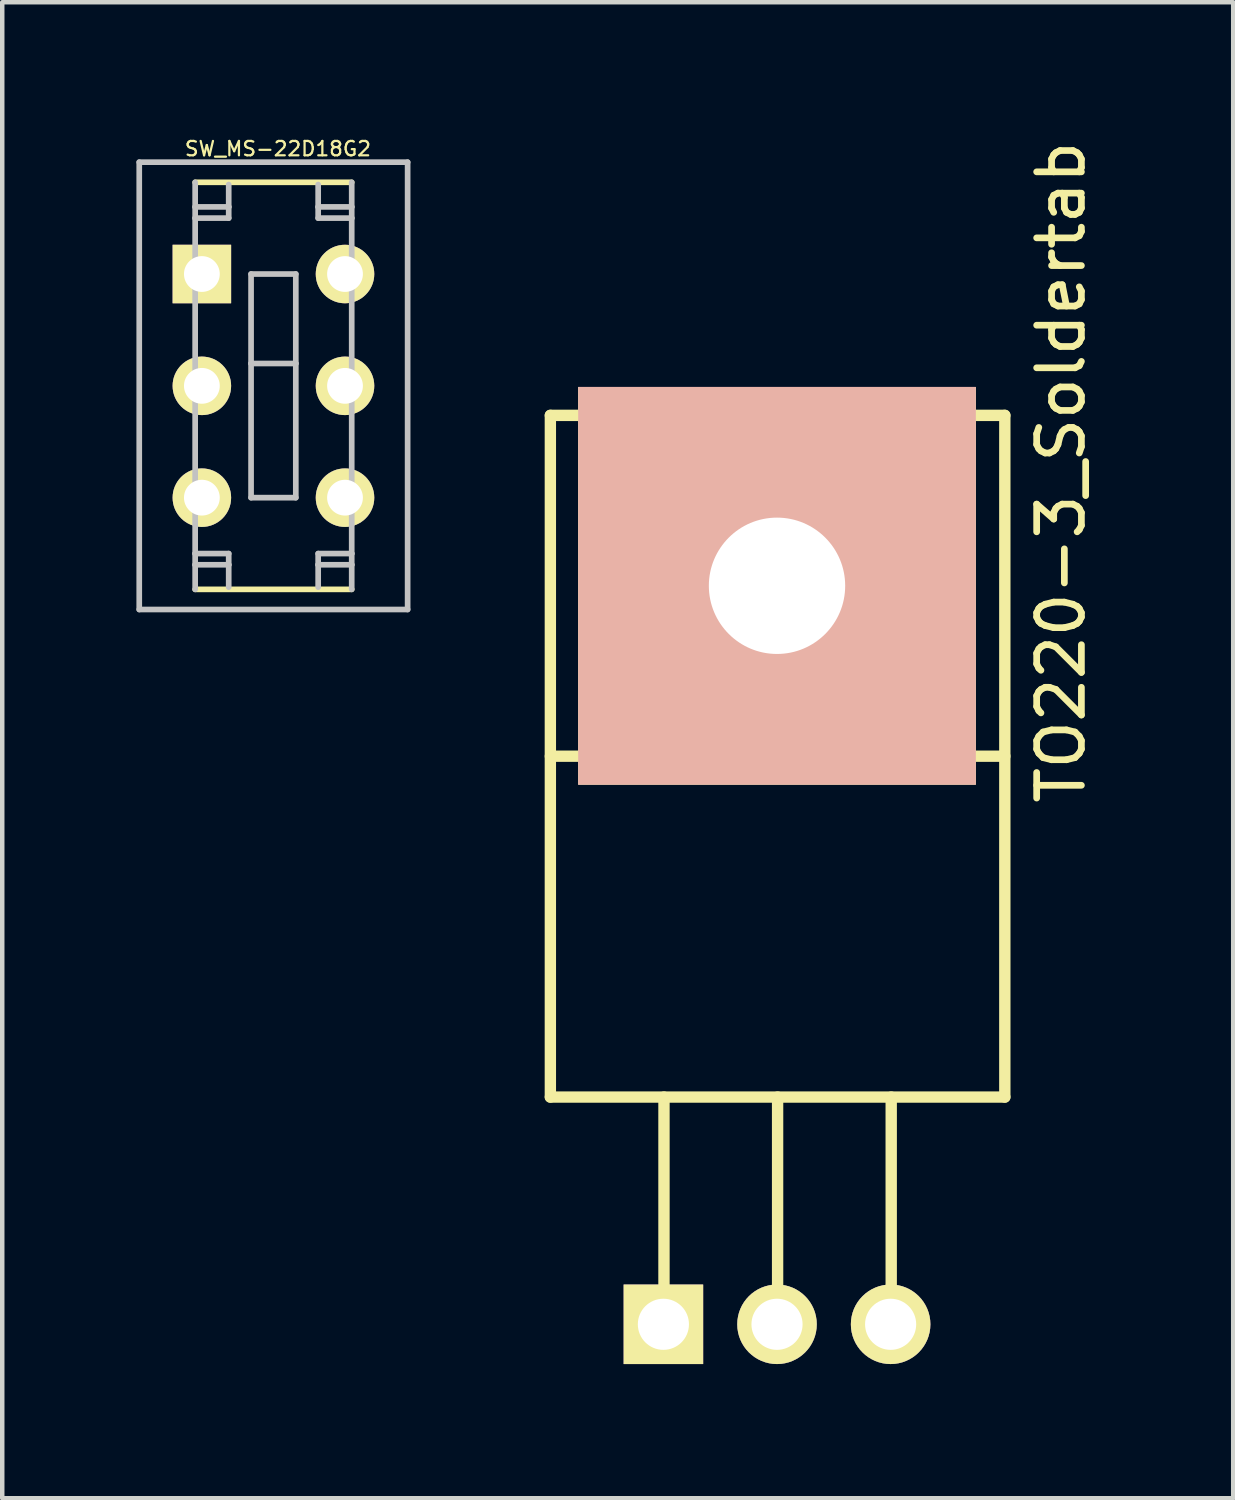
<source format=kicad_pcb>
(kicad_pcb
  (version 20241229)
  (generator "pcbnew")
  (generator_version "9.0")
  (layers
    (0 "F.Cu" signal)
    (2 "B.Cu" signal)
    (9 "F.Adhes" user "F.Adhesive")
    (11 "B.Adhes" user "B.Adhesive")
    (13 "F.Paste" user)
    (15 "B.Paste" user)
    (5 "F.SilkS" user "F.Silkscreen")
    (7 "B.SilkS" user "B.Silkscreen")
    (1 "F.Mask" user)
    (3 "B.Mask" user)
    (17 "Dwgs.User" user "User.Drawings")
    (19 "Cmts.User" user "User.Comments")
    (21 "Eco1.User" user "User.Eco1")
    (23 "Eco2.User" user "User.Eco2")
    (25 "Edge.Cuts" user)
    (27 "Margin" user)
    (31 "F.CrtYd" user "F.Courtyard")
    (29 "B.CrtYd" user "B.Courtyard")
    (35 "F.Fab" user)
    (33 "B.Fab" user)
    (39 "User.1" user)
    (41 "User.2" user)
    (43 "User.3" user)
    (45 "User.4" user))
  (footprint "SW_MS-22D18G2"
    (layer "F.Cu")
    (at 3.063 5.576)
    (property "Reference" "SW_MS-22D18G2" (at 0.1 -5.3 0) (layer "F.SilkS") (effects (font (size 0.321 0.321) (thickness 0.05))))
    (attr through_hole)
    (fp_line (start -1.75 4.55) (end 1.75 4.55) (stroke (width 0.127) (type solid)) (layer "F.SilkS"))
    (fp_line (start 1.75 -4.55) (end -1.75 -4.55) (stroke (width 0.127) (type solid)) (layer "F.SilkS"))
    (fp_line (start -3 -5) (end 3 -5) (stroke (width 0.127) (type solid)) (layer "Dwgs.User"))
    (fp_line (start -3 5) (end -3 -5) (stroke (width 0.127) (type solid)) (layer "Dwgs.User"))
    (fp_line (start -1.75 -4.55) (end -1.75 -4) (stroke (width 0.127) (type solid)) (layer "Dwgs.User"))
    (fp_line (start -1.75 -4) (end -1.75 -3.75) (stroke (width 0.127) (type solid)) (layer "Dwgs.User"))
    (fp_line (start -1.75 -4) (end -1 -4) (stroke (width 0.127) (type solid)) (layer "Dwgs.User"))
    (fp_line (start -1.75 -3.75) (end -1.75 3.75) (stroke (width 0.127) (type solid)) (layer "Dwgs.User"))
    (fp_line (start -1.75 -3.75) (end -1 -3.75) (stroke (width 0.127) (type solid)) (layer "Dwgs.User"))
    (fp_line (start -1.75 3.75) (end -1.75 4) (stroke (width 0.127) (type solid)) (layer "Dwgs.User"))
    (fp_line (start -1.75 3.75) (end -1 3.75) (stroke (width 0.127) (type solid)) (layer "Dwgs.User"))
    (fp_line (start -1.75 4) (end -1.75 4.55) (stroke (width 0.127) (type solid)) (layer "Dwgs.User"))
    (fp_line (start -1.75 4) (end -1 4) (stroke (width 0.127) (type solid)) (layer "Dwgs.User"))
    (fp_line (start -1 -4) (end -1 -4.5) (stroke (width 0.127) (type solid)) (layer "Dwgs.User"))
    (fp_line (start -1 -3.75) (end -1 -4) (stroke (width 0.127) (type solid)) (layer "Dwgs.User"))
    (fp_line (start -1 3.75) (end -1 4) (stroke (width 0.127) (type solid)) (layer "Dwgs.User"))
    (fp_line (start -1 4) (end -1 4.5) (stroke (width 0.127) (type solid)) (layer "Dwgs.User"))
    (fp_line (start -0.5 -2.5) (end 0.5 -2.5) (stroke (width 0.127) (type solid)) (layer "Dwgs.User"))
    (fp_line (start -0.5 -0.5) (end -0.5 -2.5) (stroke (width 0.127) (type solid)) (layer "Dwgs.User"))
    (fp_line (start -0.5 -0.5) (end 0.5 -0.5) (stroke (width 0.127) (type solid)) (layer "Dwgs.User"))
    (fp_line (start -0.5 2.5) (end -0.5 -0.5) (stroke (width 0.127) (type solid)) (layer "Dwgs.User"))
    (fp_line (start 0.5 -2.5) (end 0.5 -0.5) (stroke (width 0.127) (type solid)) (layer "Dwgs.User"))
    (fp_line (start 0.5 -0.5) (end 0.5 2.5) (stroke (width 0.127) (type solid)) (layer "Dwgs.User"))
    (fp_line (start 0.5 2.5) (end -0.5 2.5) (stroke (width 0.127) (type solid)) (layer "Dwgs.User"))
    (fp_line (start 1 -4.5) (end 1 -4) (stroke (width 0.127) (type solid)) (layer "Dwgs.User"))
    (fp_line (start 1 -4) (end 1 -3.75) (stroke (width 0.127) (type solid)) (layer "Dwgs.User"))
    (fp_line (start 1 -4) (end 1.75 -4) (stroke (width 0.127) (type solid)) (layer "Dwgs.User"))
    (fp_line (start 1 -3.75) (end 1.75 -3.75) (stroke (width 0.127) (type solid)) (layer "Dwgs.User"))
    (fp_line (start 1 3.75) (end 1 4) (stroke (width 0.127) (type solid)) (layer "Dwgs.User"))
    (fp_line (start 1 4) (end 1 4.5) (stroke (width 0.127) (type solid)) (layer "Dwgs.User"))
    (fp_line (start 1 4) (end 1.75 4) (stroke (width 0.127) (type solid)) (layer "Dwgs.User"))
    (fp_line (start 1.75 -4) (end 1.75 -4.55) (stroke (width 0.127) (type solid)) (layer "Dwgs.User"))
    (fp_line (start 1.75 -3.75) (end 1.75 -4) (stroke (width 0.127) (type solid)) (layer "Dwgs.User"))
    (fp_line (start 1.75 3.75) (end 1 3.75) (stroke (width 0.127) (type solid)) (layer "Dwgs.User"))
    (fp_line (start 1.75 3.75) (end 1.75 -3.75) (stroke (width 0.127) (type solid)) (layer "Dwgs.User"))
    (fp_line (start 1.75 4) (end 1.75 3.75) (stroke (width 0.127) (type solid)) (layer "Dwgs.User"))
    (fp_line (start 1.75 4.55) (end 1.75 4) (stroke (width 0.127) (type solid)) (layer "Dwgs.User"))
    (fp_line (start 3 -5) (end 3 5) (stroke (width 0.127) (type solid)) (layer "Dwgs.User"))
    (fp_line (start 3 5) (end -3 5) (stroke (width 0.127) (type solid)) (layer "Dwgs.User"))
    (pad "1" thru_hole rect (at -1.6 -2.5) (size 1.308 1.308) (drill 0.8) (layers "*.Cu" "*.Mask" "F.SilkS"))
    (pad "2" thru_hole circle (at -1.6 0) (size 1.308 1.308) (drill 0.8) (layers "*.Cu" "*.Mask" "F.SilkS"))
    (pad "3" thru_hole circle (at -1.6 2.5) (size 1.308 1.308) (drill 0.8) (layers "*.Cu" "*.Mask" "F.SilkS"))
    (pad "4" thru_hole circle (at 1.6 -2.5) (size 1.308 1.308) (drill 0.8) (layers "*.Cu" "*.Mask" "F.SilkS"))
    (pad "5" thru_hole circle (at 1.6 0) (size 1.308 1.308) (drill 0.8) (layers "*.Cu" "*.Mask" "F.SilkS"))
    (pad "6" thru_hole circle (at 1.6 2.5) (size 1.308 1.308) (drill 0.8) (layers "*.Cu" "*.Mask" "F.SilkS")))
  (footprint "TO220-3_Soldertab"
    (layer "F.Cu")
    (at 14.321 26.556)
    (property "Reference" "TO220-3_Soldertab" (at 6.35 -19.05 90) (layer "F.SilkS") (effects (font (size 1 1) (thickness 0.15))))
    (attr through_hole)
    (fp_line (start -5.067 -20.32) (end -5.067 -5.08) (stroke (width 0.254) (type solid)) (layer "F.SilkS"))
    (fp_line (start -5.067 -5.08) (end 5.093 -5.08) (stroke (width 0.254) (type solid)) (layer "F.SilkS"))
    (fp_line (start -2.527 0) (end -2.527 -5.08) (stroke (width 0.254) (type solid)) (layer "F.SilkS"))
    (fp_line (start 0.013 0) (end 0.013 -5.08) (stroke (width 0.254) (type solid)) (layer "F.SilkS"))
    (fp_line (start 2.553 0) (end 2.553 -5.08) (stroke (width 0.254) (type solid)) (layer "F.SilkS"))
    (fp_line (start 3.823 -12.7) (end -5.067 -12.7) (stroke (width 0.254) (type solid)) (layer "F.SilkS"))
    (fp_line (start 3.823 -12.7) (end 5.093 -12.7) (stroke (width 0.254) (type solid)) (layer "F.SilkS"))
    (fp_line (start 5.093 -20.32) (end -5.067 -20.32) (stroke (width 0.254) (type solid)) (layer "F.SilkS"))
    (fp_line (start 5.093 -5.08) (end 5.093 -20.32) (stroke (width 0.254) (type solid)) (layer "F.SilkS"))
    (pad "1" thru_hole rect (at -2.54 0) (size 1.778 1.778) (drill 1.143) (layers "*.Cu" "*.Mask" "F.SilkS"))
    (pad "2" thru_hole circle (at 0 0) (size 1.778 1.778) (drill 1.143) (layers "*.Cu" "*.Mask" "F.SilkS"))
    (pad "3" thru_hole circle (at 2.54 0) (size 1.778 1.778) (drill 1.143) (layers "*.Cu" "*.Mask" "F.SilkS"))
    (pad "4" thru_hole rect (at 0 -16.51) (size 8.89 8.89) (drill 3.048) (layers "*.Cu" "*.SilkS" "*.Mask")))
  (gr_rect
    (start -3 -3)
    (end 24.52 30.445)
    (stroke (width 0.1) (type default))
    (fill no)
    (layer "Edge.Cuts")))
</source>
